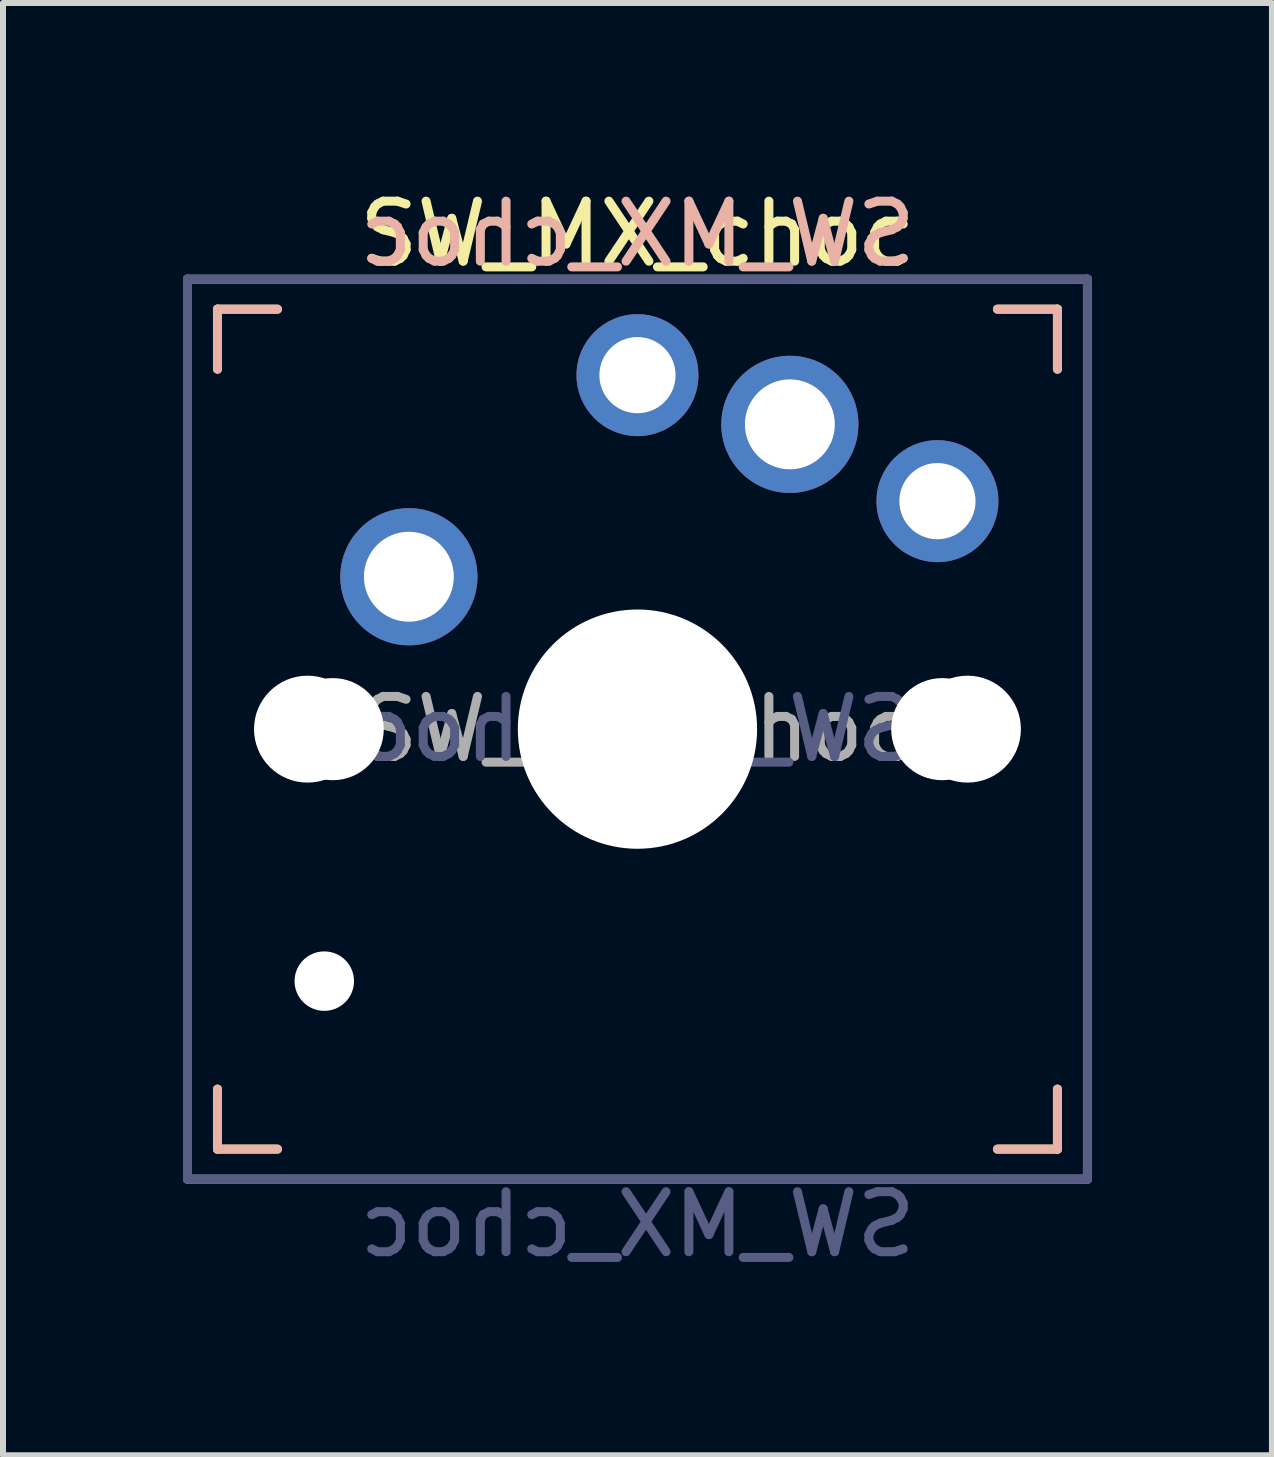
<source format=kicad_pcb>
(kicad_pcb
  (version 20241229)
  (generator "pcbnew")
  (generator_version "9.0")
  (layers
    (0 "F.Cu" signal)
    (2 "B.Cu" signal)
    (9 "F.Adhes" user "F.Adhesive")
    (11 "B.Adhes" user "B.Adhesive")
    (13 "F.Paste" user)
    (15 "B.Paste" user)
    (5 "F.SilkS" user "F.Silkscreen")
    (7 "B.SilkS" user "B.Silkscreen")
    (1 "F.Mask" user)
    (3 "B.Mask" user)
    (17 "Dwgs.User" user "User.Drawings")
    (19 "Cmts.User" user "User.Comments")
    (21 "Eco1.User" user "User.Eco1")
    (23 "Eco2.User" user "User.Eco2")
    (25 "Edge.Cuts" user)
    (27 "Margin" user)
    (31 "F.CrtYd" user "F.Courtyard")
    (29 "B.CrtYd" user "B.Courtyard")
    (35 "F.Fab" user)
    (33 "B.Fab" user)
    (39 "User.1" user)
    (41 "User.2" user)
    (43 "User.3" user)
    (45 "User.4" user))
  (footprint "SW_MX_choc"
    (layer "F.Cu")
    (at 7.575 9.103)
    (property "Reference" "SW_MX_choc" (at 0 -8.255 0) (layer "F.SilkS") (effects (font (size 1 1) (thickness 0.15))))
    (property "Value" "SW_MX_choc" (at 0 8.255 0) (layer "F.Fab") (hide yes) (effects (font (size 1 1) (thickness 0.15))))
    (attr through_hole)
    (fp_line (start -7 -7) (end -6 -7) (stroke (width 0.15) (type solid)) (layer "F.SilkS"))
    (fp_line (start -7 -6) (end -7 -7) (stroke (width 0.15) (type solid)) (layer "F.SilkS"))
    (fp_line (start -7 7) (end -7 6) (stroke (width 0.15) (type solid)) (layer "F.SilkS"))
    (fp_line (start -6 7) (end -7 7) (stroke (width 0.15) (type solid)) (layer "F.SilkS"))
    (fp_line (start 6 -7) (end 7 -7) (stroke (width 0.15) (type solid)) (layer "F.SilkS"))
    (fp_line (start 7 -7) (end 7 -6) (stroke (width 0.15) (type solid)) (layer "F.SilkS"))
    (fp_line (start 7 6) (end 7 7) (stroke (width 0.15) (type solid)) (layer "F.SilkS"))
    (fp_line (start 7 7) (end 6 7) (stroke (width 0.15) (type solid)) (layer "F.SilkS"))
    (fp_line (start -7 -7) (end -6 -7) (stroke (width 0.15) (type solid)) (layer "B.SilkS"))
    (fp_line (start -7 -6) (end -7 -7) (stroke (width 0.15) (type solid)) (layer "B.SilkS"))
    (fp_line (start -7 7) (end -7 6) (stroke (width 0.15) (type solid)) (layer "B.SilkS"))
    (fp_line (start -6 7) (end -7 7) (stroke (width 0.15) (type solid)) (layer "B.SilkS"))
    (fp_line (start 6 -7) (end 7 -7) (stroke (width 0.15) (type solid)) (layer "B.SilkS"))
    (fp_line (start 7 -7) (end 7 -6) (stroke (width 0.15) (type solid)) (layer "B.SilkS"))
    (fp_line (start 7 6) (end 7 7) (stroke (width 0.15) (type solid)) (layer "B.SilkS"))
    (fp_line (start 7 7) (end 6 7) (stroke (width 0.15) (type solid)) (layer "B.SilkS"))
    (fp_line (start -6.9 6.9) (end -6.9 -6.9) (stroke (width 0.15) (type solid)) (layer "Eco2.User"))
    (fp_line (start -6.9 6.9) (end 6.9 6.9) (stroke (width 0.15) (type solid)) (layer "Eco2.User"))
    (fp_line (start 6.9 -6.9) (end -6.9 -6.9) (stroke (width 0.15) (type solid)) (layer "Eco2.User"))
    (fp_line (start 6.9 -6.9) (end 6.9 6.9) (stroke (width 0.15) (type solid)) (layer "Eco2.User"))
    (fp_line (start -7.5 -7.5) (end 7.5 -7.5) (stroke (width 0.15) (type solid)) (layer "B.Fab"))
    (fp_line (start -7.5 7.5) (end -7.5 -7.5) (stroke (width 0.15) (type solid)) (layer "B.Fab"))
    (fp_line (start 7.5 -7.5) (end 7.5 7.5) (stroke (width 0.15) (type solid)) (layer "B.Fab"))
    (fp_line (start 7.5 7.5) (end -7.5 7.5) (stroke (width 0.15) (type solid)) (layer "B.Fab"))
    (fp_line (start -7.5 -7.5) (end 7.5 -7.5) (stroke (width 0.15) (type solid)) (layer "F.Fab"))
    (fp_line (start -7.5 7.5) (end -7.5 -7.5) (stroke (width 0.15) (type solid)) (layer "F.Fab"))
    (fp_line (start 7.5 -7.5) (end 7.5 7.5) (stroke (width 0.15) (type solid)) (layer "F.Fab"))
    (fp_line (start 7.5 7.5) (end -7.5 7.5) (stroke (width 0.15) (type solid)) (layer "F.Fab"))
    (fp_text user "${REFERENCE}" (at 0 -8.255 0) (layer "B.SilkS") (effects (font (size 1 1) (thickness 0.15)) (justify mirror)))
    (fp_text user "${REFERENCE}" (at 0 0 0) (layer "B.Fab") (effects (font (size 1 1) (thickness 0.15)) (justify mirror)))
    (fp_text user "${VALUE}" (at 0 8.255 0) (layer "B.Fab") (effects (font (size 1 1) (thickness 0.15)) (justify mirror)))
    (fp_text user "${REFERENCE}" (at 0 0 0) (layer "F.Fab") (effects (font (size 1 1) (thickness 0.15))))
    (pad "" np_thru_hole circle (at -5.5 0) (size 1.782 1.782) (drill 1.782) (layers "*.Cu" "*.Mask"))
    (pad "" np_thru_hole circle (at -5.22 4.2 180) (size 0.991 0.991) (drill 0.991) (layers "*.Cu" "*.Mask"))
    (pad "" np_thru_hole circle (at -5.08 0) (size 1.702 1.702) (drill 1.702) (layers "*.Cu" "*.Mask"))
    (pad "" np_thru_hole circle (at 0 0) (size 3.988 3.988) (drill 3.988) (layers "*.Cu" "*.Mask"))
    (pad "" np_thru_hole circle (at 5.08 0) (size 1.702 1.702) (drill 1.702) (layers "*.Cu" "*.Mask"))
    (pad "" np_thru_hole circle (at 5.5 0) (size 1.782 1.782) (drill 1.782) (layers "*.Cu" "*.Mask"))
    (pad "1" thru_hole circle (at -3.81 -2.54) (size 2.286 2.286) (drill 1.499) (layers "*.Cu" "*.Mask"))
    (pad "1" thru_hole circle (at 0 -5.9 180) (size 2.032 2.032) (drill 1.27) (layers "*.Cu" "*.Mask"))
    (pad "2" thru_hole circle (at 2.54 -5.08) (size 2.286 2.286) (drill 1.499) (layers "*.Cu" "*.Mask"))
    (pad "2" thru_hole circle (at 5 -3.8 180) (size 2.032 2.032) (drill 1.27) (layers "*.Cu" "*.Mask")))
  (gr_rect
    (start -3 -3)
    (end 18.15 21.206)
    (stroke (width 0.1) (type default))
    (fill no)
    (layer "Edge.Cuts")))
</source>
